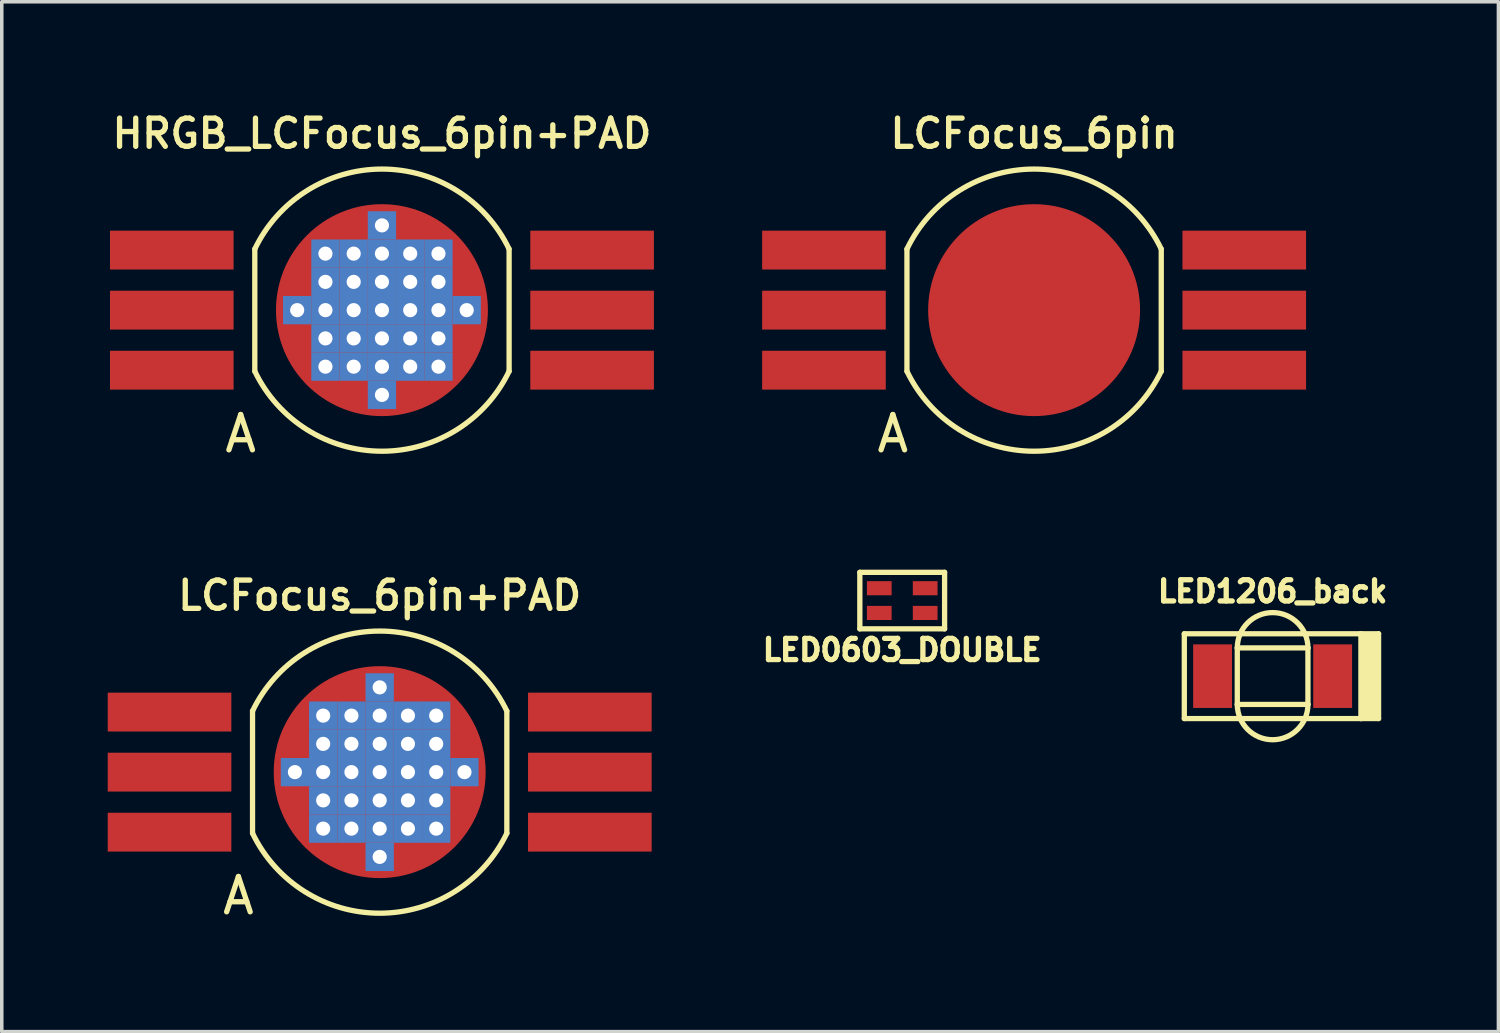
<source format=kicad_pcb>
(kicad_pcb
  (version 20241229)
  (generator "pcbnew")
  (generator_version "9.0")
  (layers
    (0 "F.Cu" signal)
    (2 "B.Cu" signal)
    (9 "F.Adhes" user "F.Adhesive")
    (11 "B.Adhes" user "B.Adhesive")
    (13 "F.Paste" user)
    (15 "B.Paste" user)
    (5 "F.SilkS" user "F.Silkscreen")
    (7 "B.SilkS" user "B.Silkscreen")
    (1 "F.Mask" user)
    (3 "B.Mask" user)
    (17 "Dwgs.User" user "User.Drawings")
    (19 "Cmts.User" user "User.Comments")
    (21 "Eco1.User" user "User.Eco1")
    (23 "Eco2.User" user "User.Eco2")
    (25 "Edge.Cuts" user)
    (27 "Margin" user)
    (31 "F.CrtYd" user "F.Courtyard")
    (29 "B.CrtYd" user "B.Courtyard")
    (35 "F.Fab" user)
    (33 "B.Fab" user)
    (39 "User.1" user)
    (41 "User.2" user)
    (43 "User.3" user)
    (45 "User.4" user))
  (footprint "LED1206_back"
    (layer "F.Cu")
    (at 32.981 16.094)
    (property "Reference" "LED1206_back" (at 0 -2.4 0) (layer "F.SilkS") (effects (font (size 0.6 0.6) (thickness 0.15))))
    (attr smd)
    (fp_line (start -2.5 -1.2) (end -2.5 1.2) (stroke (width 0.15) (type solid)) (layer "F.SilkS"))
    (fp_line (start -2.5 -1.2) (end 2.5 -1.2) (stroke (width 0.15) (type solid)) (layer "F.SilkS"))
    (fp_line (start -1 -0.8) (end -1 0.8) (stroke (width 0.15) (type solid)) (layer "F.SilkS"))
    (fp_line (start -1 0.8) (end 1 0.8) (stroke (width 0.15) (type solid)) (layer "F.SilkS"))
    (fp_line (start 1 -0.8) (end -1 -0.8) (stroke (width 0.15) (type solid)) (layer "F.SilkS"))
    (fp_line (start 1 0.8) (end 1 -0.8) (stroke (width 0.15) (type solid)) (layer "F.SilkS"))
    (fp_line (start 2.5 -1.2) (end 3 -1.2) (stroke (width 0.15) (type solid)) (layer "F.SilkS"))
    (fp_line (start 2.5 1.2) (end -2.5 1.2) (stroke (width 0.15) (type solid)) (layer "F.SilkS"))
    (fp_line (start 2.5 1.2) (end 2.5 -1.2) (stroke (width 0.15) (type solid)) (layer "F.SilkS"))
    (fp_line (start 2.5 1.2) (end 3 1.2) (stroke (width 0.15) (type solid)) (layer "F.SilkS"))
    (fp_line (start 2.603 -1.143) (end 2.603 1.143) (stroke (width 0.15) (type solid)) (layer "F.SilkS"))
    (fp_line (start 2.731 1.143) (end 2.731 -1.143) (stroke (width 0.15) (type solid)) (layer "F.SilkS"))
    (fp_line (start 2.857 1.143) (end 2.857 -1.143) (stroke (width 0.15) (type solid)) (layer "F.SilkS"))
    (fp_line (start 3 1.2) (end 3 -1.2) (stroke (width 0.15) (type solid)) (layer "F.SilkS"))
    (fp_arc (start -1 -0.8) (mid 0 -1.8) (end 1 -0.8) (stroke (width 0.15) (type solid)) (layer "F.SilkS"))
    (fp_arc (start 1 0.8) (mid 0 1.8) (end -1 0.8) (stroke (width 0.15) (type solid)) (layer "F.SilkS"))
    (pad "A" smd rect (at -1.7 0) (size 1.1 1.8) (layers "F.Cu" "F.Mask" "F.Paste"))
    (pad "C" smd rect (at 1.7 0) (size 1.1 1.8) (layers "F.Cu" "F.Mask" "F.Paste")))
  (footprint "LED0603_DOUBLE"
    (layer "F.Cu")
    (at 22.494 13.954)
    (property "Reference" "LED0603_DOUBLE" (at 0 1.4 0) (layer "F.SilkS") (effects (font (size 0.6 0.6) (thickness 0.15))))
    (attr smd)
    (fp_line (start -1.2 -0.8) (end 1.2 -0.8) (stroke (width 0.15) (type solid)) (layer "F.SilkS"))
    (fp_line (start -1.2 0.8) (end -1.2 -0.8) (stroke (width 0.15) (type solid)) (layer "F.SilkS"))
    (fp_line (start 1.2 -0.8) (end 1.2 0.8) (stroke (width 0.15) (type solid)) (layer "F.SilkS"))
    (fp_line (start 1.2 0.8) (end -1.2 0.8) (stroke (width 0.15) (type solid)) (layer "F.SilkS"))
    (pad "1" smd rect (at -0.65 -0.35 180) (size 0.7 0.4) (layers "F.Cu" "F.Mask" "F.Paste"))
    (pad "2" smd rect (at -0.65 0.35 180) (size 0.7 0.4) (layers "F.Cu" "F.Mask" "F.Paste"))
    (pad "3" smd rect (at 0.65 -0.35 180) (size 0.7 0.4) (layers "F.Cu" "F.Mask" "F.Paste"))
    (pad "4" smd rect (at 0.65 0.35 180) (size 0.7 0.4) (layers "F.Cu" "F.Mask" "F.Paste")))
  (footprint "LCFocus_6pin+PAD"
    (layer "F.Cu")
    (at 7.7 18.811)
    (property "Reference" "LCFocus_6pin+PAD" (at 0 -5 0) (layer "F.SilkS") (effects (font (size 0.8 0.8) (thickness 0.15))))
    (attr smd)
    (fp_line (start -3.6 1.73) (end -3.6 -1.73) (stroke (width 0.15) (type solid)) (layer "F.SilkS"))
    (fp_line (start 3.6 -1.73) (end 3.6 1.73) (stroke (width 0.15) (type solid)) (layer "F.SilkS"))
    (fp_arc (start -3.6 -1.73) (mid -0.002309 -3.994107) (end 3.597997 -1.734162) (stroke (width 0.15) (type solid)) (layer "F.SilkS"))
    (fp_arc (start 3.6 1.73) (mid 0.002309 3.994107) (end -3.597997 1.734162) (stroke (width 0.15) (type solid)) (layer "F.SilkS"))
    (fp_text user "A" (at -4 3.5 0) (unlocked yes) (layer "F.SilkS") (effects (font (size 1 1) (thickness 0.15))))
    (pad "BA" smd rect (at -5.95 1.7) (size 3.5 1.1) (layers "F.Cu" "F.Mask" "F.Paste"))
    (pad "BC" smd rect (at 5.95 1.7) (size 3.5 1.1) (layers "F.Cu" "F.Mask" "F.Paste"))
    (pad "GA" smd rect (at -5.95 0) (size 3.5 1.1) (layers "F.Cu" "F.Mask" "F.Paste"))
    (pad "GC" smd rect (at 5.95 0) (size 3.5 1.1) (layers "F.Cu" "F.Mask" "F.Paste"))
    (pad "PAD" thru_hole rect (at -2.4 0) (size 0.8 0.8) (drill 0.4) (layers "*.Cu" "*.Mask" "F.Paste"))
    (pad "PAD" thru_hole rect (at -1.6 -1.6) (size 0.8 0.8) (drill 0.4) (layers "*.Cu" "*.Mask" "F.Paste"))
    (pad "PAD" thru_hole rect (at -1.6 -0.8) (size 0.8 0.8) (drill 0.4) (layers "*.Cu" "*.Mask" "F.Paste"))
    (pad "PAD" thru_hole rect (at -1.6 0) (size 0.8 0.8) (drill 0.4) (layers "*.Cu" "*.Mask" "F.Paste"))
    (pad "PAD" thru_hole rect (at -1.6 0.8) (size 0.8 0.8) (drill 0.4) (layers "*.Cu" "*.Mask" "F.Paste"))
    (pad "PAD" thru_hole rect (at -1.6 1.6) (size 0.8 0.8) (drill 0.4) (layers "*.Cu" "*.Mask" "F.Paste"))
    (pad "PAD" thru_hole rect (at -0.8 -1.6) (size 0.8 0.8) (drill 0.4) (layers "*.Cu" "*.Mask" "F.Paste"))
    (pad "PAD" thru_hole rect (at -0.8 -0.8) (size 0.8 0.8) (drill 0.4) (layers "*.Cu" "*.Mask" "F.Paste"))
    (pad "PAD" thru_hole rect (at -0.8 0) (size 0.8 0.8) (drill 0.4) (layers "*.Cu" "*.Mask" "F.Paste"))
    (pad "PAD" thru_hole rect (at -0.8 0.8) (size 0.8 0.8) (drill 0.4) (layers "*.Cu" "*.Mask" "F.Paste"))
    (pad "PAD" thru_hole rect (at -0.8 1.6) (size 0.8 0.8) (drill 0.4) (layers "*.Cu" "*.Mask" "F.Paste"))
    (pad "PAD" thru_hole rect (at 0 -2.4) (size 0.8 0.8) (drill 0.4) (layers "*.Cu" "*.Mask" "F.Paste"))
    (pad "PAD" thru_hole rect (at 0 -1.6) (size 0.8 0.8) (drill 0.4) (layers "*.Cu" "*.Mask" "F.Paste"))
    (pad "PAD" thru_hole rect (at 0 -0.8) (size 0.8 0.8) (drill 0.4) (layers "*.Cu" "*.Mask" "F.Paste"))
    (pad "PAD" thru_hole rect (at 0 0) (size 0.8 0.8) (drill 0.4) (layers "*.Cu" "*.Mask" "F.Paste"))
    (pad "PAD" smd circle (at 0 0) (size 6 6) (layers "F.Cu" "F.Mask" "F.Paste"))
    (pad "PAD" thru_hole rect (at 0 0.8) (size 0.8 0.8) (drill 0.4) (layers "*.Cu" "*.Mask" "F.Paste"))
    (pad "PAD" thru_hole rect (at 0 1.6) (size 0.8 0.8) (drill 0.4) (layers "*.Cu" "*.Mask" "F.Paste"))
    (pad "PAD" thru_hole rect (at 0 2.4) (size 0.8 0.8) (drill 0.4) (layers "*.Cu" "*.Mask" "F.Paste"))
    (pad "PAD" thru_hole rect (at 0.8 -1.6) (size 0.8 0.8) (drill 0.4) (layers "*.Cu" "*.Mask" "F.Paste"))
    (pad "PAD" thru_hole rect (at 0.8 -0.8) (size 0.8 0.8) (drill 0.4) (layers "*.Cu" "*.Mask" "F.Paste"))
    (pad "PAD" thru_hole rect (at 0.8 0) (size 0.8 0.8) (drill 0.4) (layers "*.Cu" "*.Mask" "F.Paste"))
    (pad "PAD" thru_hole rect (at 0.8 0.8) (size 0.8 0.8) (drill 0.4) (layers "*.Cu" "*.Mask" "F.Paste"))
    (pad "PAD" thru_hole rect (at 0.8 1.6) (size 0.8 0.8) (drill 0.4) (layers "*.Cu" "*.Mask" "F.Paste"))
    (pad "PAD" thru_hole rect (at 1.6 -1.6) (size 0.8 0.8) (drill 0.4) (layers "*.Cu" "*.Mask" "F.Paste"))
    (pad "PAD" thru_hole rect (at 1.6 -0.8) (size 0.8 0.8) (drill 0.4) (layers "*.Cu" "*.Mask" "F.Paste"))
    (pad "PAD" thru_hole rect (at 1.6 0) (size 0.8 0.8) (drill 0.4) (layers "*.Cu" "*.Mask" "F.Paste"))
    (pad "PAD" thru_hole rect (at 1.6 0.8) (size 0.8 0.8) (drill 0.4) (layers "*.Cu" "*.Mask" "F.Paste"))
    (pad "PAD" thru_hole rect (at 1.6 1.6) (size 0.8 0.8) (drill 0.4) (layers "*.Cu" "*.Mask" "F.Paste"))
    (pad "PAD" thru_hole rect (at 2.4 0) (size 0.8 0.8) (drill 0.4) (layers "*.Cu" "*.Mask" "F.Paste"))
    (pad "RA" smd rect (at -5.95 -1.7) (size 3.5 1.1) (layers "F.Cu" "F.Mask" "F.Paste"))
    (pad "RC" smd rect (at 5.95 -1.7) (size 3.5 1.1) (layers "F.Cu" "F.Mask" "F.Paste")))
  (footprint "LCFocus_6pin"
    (layer "F.Cu")
    (at 26.228 5.731)
    (property "Reference" "LCFocus_6pin" (at 0 -5 0) (layer "F.SilkS") (effects (font (size 0.8 0.8) (thickness 0.15))))
    (attr smd)
    (fp_line (start -3.6 1.73) (end -3.6 -1.73) (stroke (width 0.15) (type solid)) (layer "F.SilkS"))
    (fp_line (start 3.6 -1.73) (end 3.6 1.73) (stroke (width 0.15) (type solid)) (layer "F.SilkS"))
    (fp_arc (start -3.6 -1.73) (mid -0.002309 -3.994107) (end 3.597997 -1.734162) (stroke (width 0.15) (type solid)) (layer "F.SilkS"))
    (fp_arc (start 3.6 1.73) (mid 0.002309 3.994107) (end -3.597997 1.734162) (stroke (width 0.15) (type solid)) (layer "F.SilkS"))
    (fp_text user "A" (at -4 3.5 0) (layer "F.SilkS") (effects (font (size 1 1) (thickness 0.15))))
    (pad "BA" smd rect (at -5.95 1.7) (size 3.5 1.1) (layers "F.Cu" "F.Mask" "F.Paste"))
    (pad "BC" smd rect (at 5.95 1.7) (size 3.5 1.1) (layers "F.Cu" "F.Mask" "F.Paste"))
    (pad "GA" smd rect (at -5.95 0) (size 3.5 1.1) (layers "F.Cu" "F.Mask" "F.Paste"))
    (pad "GC" smd rect (at 5.95 0) (size 3.5 1.1) (layers "F.Cu" "F.Mask" "F.Paste"))
    (pad "PAD" smd circle (at 0 0) (size 6 6) (layers "F.Cu" "F.Mask" "F.Paste"))
    (pad "RA" smd rect (at -5.95 -1.7) (size 3.5 1.1) (layers "F.Cu" "F.Mask" "F.Paste"))
    (pad "RC" smd rect (at 5.95 -1.7) (size 3.5 1.1) (layers "F.Cu" "F.Mask" "F.Paste")))
  (footprint "HRGB_LCFocus_6pin+PAD"
    (layer "F.Cu")
    (at 7.764 5.731)
    (property "Reference" "HRGB_LCFocus_6pin+PAD" (at 0 -5 0) (layer "F.SilkS") (effects (font (size 0.8 0.8) (thickness 0.15))))
    (attr smd)
    (fp_line (start -3.6 1.73) (end -3.6 -1.73) (stroke (width 0.15) (type solid)) (layer "F.SilkS"))
    (fp_line (start 3.6 -1.73) (end 3.6 1.73) (stroke (width 0.15) (type solid)) (layer "F.SilkS"))
    (fp_arc (start -3.6 -1.73) (mid -0.002309 -3.994107) (end 3.597997 -1.734162) (stroke (width 0.15) (type solid)) (layer "F.SilkS"))
    (fp_arc (start 3.6 1.73) (mid 0.002309 3.994107) (end -3.597997 1.734162) (stroke (width 0.15) (type solid)) (layer "F.SilkS"))
    (fp_text user "A" (at -4 3.5 0) (unlocked yes) (layer "F.SilkS") (effects (font (size 1 1) (thickness 0.15))))
    (pad "BA" smd rect (at -5.95 1.7) (size 3.5 1.1) (layers "F.Cu" "F.Mask" "F.Paste"))
    (pad "BC" smd rect (at 5.95 1.7) (size 3.5 1.1) (layers "F.Cu" "F.Mask" "F.Paste"))
    (pad "GA" smd rect (at -5.95 0) (size 3.5 1.1) (layers "F.Cu" "F.Mask" "F.Paste"))
    (pad "GC" smd rect (at 5.95 0) (size 3.5 1.1) (layers "F.Cu" "F.Mask" "F.Paste"))
    (pad "PAD" thru_hole rect (at -2.4 0) (size 0.8 0.8) (drill 0.4) (layers "*.Cu" "*.Mask" "F.Paste"))
    (pad "PAD" thru_hole rect (at -1.6 -1.6) (size 0.8 0.8) (drill 0.4) (layers "*.Cu" "*.Mask" "F.Paste"))
    (pad "PAD" thru_hole rect (at -1.6 -0.8) (size 0.8 0.8) (drill 0.4) (layers "*.Cu" "*.Mask" "F.Paste"))
    (pad "PAD" thru_hole rect (at -1.6 0) (size 0.8 0.8) (drill 0.4) (layers "*.Cu" "*.Mask" "F.Paste"))
    (pad "PAD" thru_hole rect (at -1.6 0.8) (size 0.8 0.8) (drill 0.4) (layers "*.Cu" "*.Mask" "F.Paste"))
    (pad "PAD" thru_hole rect (at -1.6 1.6) (size 0.8 0.8) (drill 0.4) (layers "*.Cu" "*.Mask" "F.Paste"))
    (pad "PAD" thru_hole rect (at -0.8 -1.6) (size 0.8 0.8) (drill 0.4) (layers "*.Cu" "*.Mask" "F.Paste"))
    (pad "PAD" thru_hole rect (at -0.8 -0.8) (size 0.8 0.8) (drill 0.4) (layers "*.Cu" "*.Mask" "F.Paste"))
    (pad "PAD" thru_hole rect (at -0.8 0) (size 0.8 0.8) (drill 0.4) (layers "*.Cu" "*.Mask" "F.Paste"))
    (pad "PAD" thru_hole rect (at -0.8 0.8) (size 0.8 0.8) (drill 0.4) (layers "*.Cu" "*.Mask" "F.Paste"))
    (pad "PAD" thru_hole rect (at -0.8 1.6) (size 0.8 0.8) (drill 0.4) (layers "*.Cu" "*.Mask" "F.Paste"))
    (pad "PAD" thru_hole rect (at 0 -2.4) (size 0.8 0.8) (drill 0.4) (layers "*.Cu" "*.Mask" "F.Paste"))
    (pad "PAD" thru_hole rect (at 0 -1.6) (size 0.8 0.8) (drill 0.4) (layers "*.Cu" "*.Mask" "F.Paste"))
    (pad "PAD" thru_hole rect (at 0 -0.8) (size 0.8 0.8) (drill 0.4) (layers "*.Cu" "*.Mask" "F.Paste"))
    (pad "PAD" thru_hole rect (at 0 0) (size 0.8 0.8) (drill 0.4) (layers "*.Cu" "*.Mask" "F.Paste"))
    (pad "PAD" smd circle (at 0 0) (size 6 6) (layers "F.Cu" "F.Mask" "F.Paste"))
    (pad "PAD" thru_hole rect (at 0 0.8) (size 0.8 0.8) (drill 0.4) (layers "*.Cu" "*.Mask" "F.Paste"))
    (pad "PAD" thru_hole rect (at 0 1.6) (size 0.8 0.8) (drill 0.4) (layers "*.Cu" "*.Mask" "F.Paste"))
    (pad "PAD" thru_hole rect (at 0 2.4) (size 0.8 0.8) (drill 0.4) (layers "*.Cu" "*.Mask" "F.Paste"))
    (pad "PAD" thru_hole rect (at 0.8 -1.6) (size 0.8 0.8) (drill 0.4) (layers "*.Cu" "*.Mask" "F.Paste"))
    (pad "PAD" thru_hole rect (at 0.8 -0.8) (size 0.8 0.8) (drill 0.4) (layers "*.Cu" "*.Mask" "F.Paste"))
    (pad "PAD" thru_hole rect (at 0.8 0) (size 0.8 0.8) (drill 0.4) (layers "*.Cu" "*.Mask" "F.Paste"))
    (pad "PAD" thru_hole rect (at 0.8 0.8) (size 0.8 0.8) (drill 0.4) (layers "*.Cu" "*.Mask" "F.Paste"))
    (pad "PAD" thru_hole rect (at 0.8 1.6) (size 0.8 0.8) (drill 0.4) (layers "*.Cu" "*.Mask" "F.Paste"))
    (pad "PAD" thru_hole rect (at 1.6 -1.6) (size 0.8 0.8) (drill 0.4) (layers "*.Cu" "*.Mask" "F.Paste"))
    (pad "PAD" thru_hole rect (at 1.6 -0.8) (size 0.8 0.8) (drill 0.4) (layers "*.Cu" "*.Mask" "F.Paste"))
    (pad "PAD" thru_hole rect (at 1.6 0) (size 0.8 0.8) (drill 0.4) (layers "*.Cu" "*.Mask" "F.Paste"))
    (pad "PAD" thru_hole rect (at 1.6 0.8) (size 0.8 0.8) (drill 0.4) (layers "*.Cu" "*.Mask" "F.Paste"))
    (pad "PAD" thru_hole rect (at 1.6 1.6) (size 0.8 0.8) (drill 0.4) (layers "*.Cu" "*.Mask" "F.Paste"))
    (pad "PAD" thru_hole rect (at 2.4 0) (size 0.8 0.8) (drill 0.4) (layers "*.Cu" "*.Mask" "F.Paste"))
    (pad "RA" smd rect (at -5.95 -1.7) (size 3.5 1.1) (layers "F.Cu" "F.Mask" "F.Paste"))
    (pad "RC" smd rect (at 5.95 -1.7) (size 3.5 1.1) (layers "F.Cu" "F.Mask" "F.Paste")))
  (gr_rect
    (start -3 -3)
    (end 39.374 26.159)
    (stroke (width 0.1) (type default))
    (fill no)
    (layer "Edge.Cuts")))
</source>
